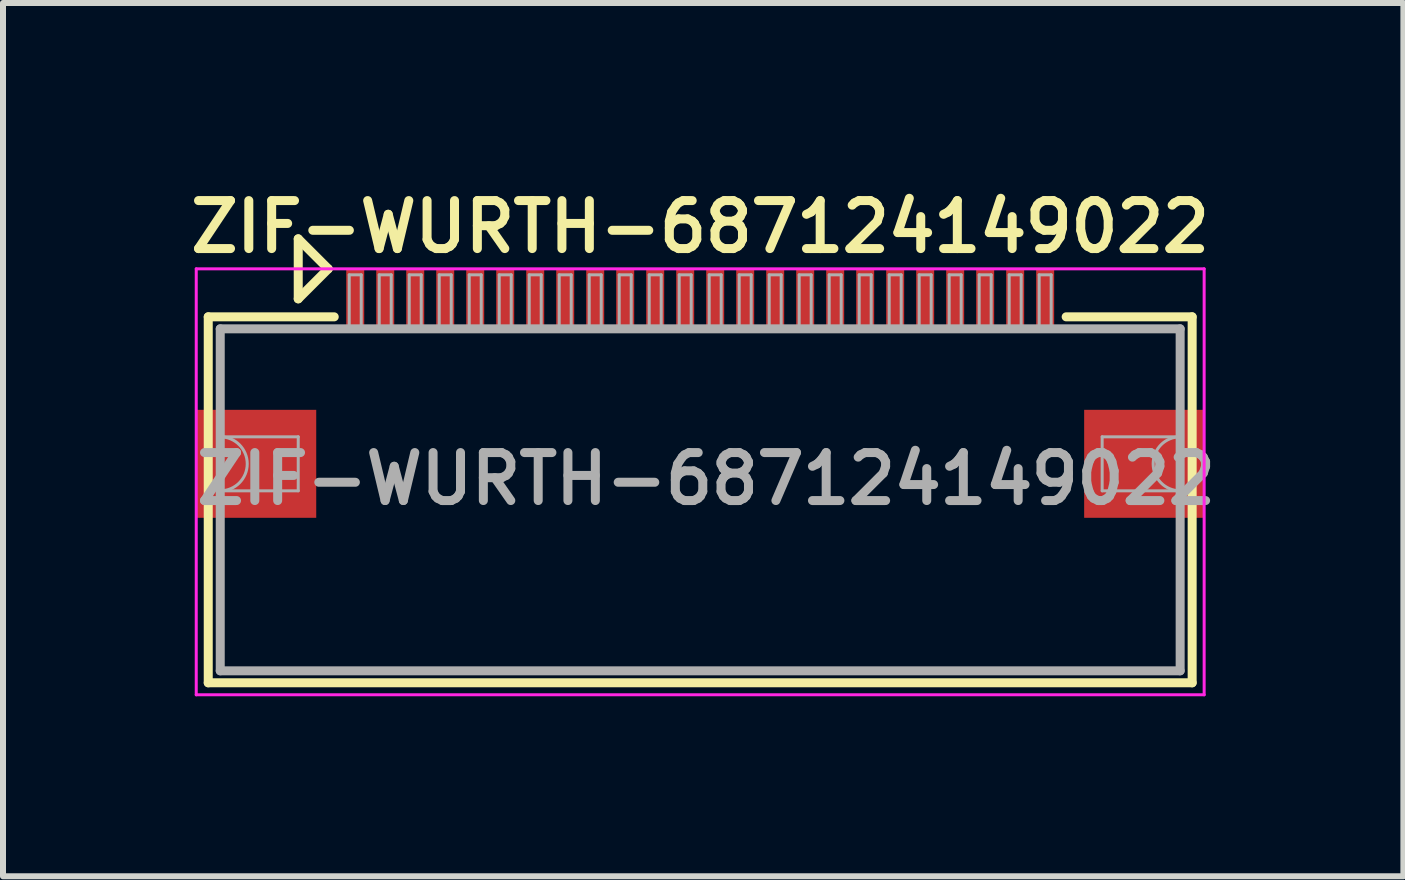
<source format=kicad_pcb>
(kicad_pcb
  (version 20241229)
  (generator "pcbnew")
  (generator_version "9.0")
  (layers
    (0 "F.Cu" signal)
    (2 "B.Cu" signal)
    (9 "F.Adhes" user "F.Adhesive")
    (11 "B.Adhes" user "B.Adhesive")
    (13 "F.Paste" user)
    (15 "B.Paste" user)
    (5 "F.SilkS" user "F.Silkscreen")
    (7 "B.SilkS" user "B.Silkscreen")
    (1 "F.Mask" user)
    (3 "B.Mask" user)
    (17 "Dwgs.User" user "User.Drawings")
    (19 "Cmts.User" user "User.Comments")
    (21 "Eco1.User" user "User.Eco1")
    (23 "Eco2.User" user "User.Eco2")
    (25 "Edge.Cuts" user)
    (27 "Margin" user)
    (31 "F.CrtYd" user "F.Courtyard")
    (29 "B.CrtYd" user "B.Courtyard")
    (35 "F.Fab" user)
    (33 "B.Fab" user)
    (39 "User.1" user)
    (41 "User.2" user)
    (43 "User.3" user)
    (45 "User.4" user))
  (footprint "ZIF-WURTH-687124149022"
    (layer "F.Cu")
    (at 8.621 4.931)
    (property "Reference" "ZIF-WURTH-687124149022" (at 0 -4.2 0) (layer "F.SilkS") (effects (font (size 0.8 0.8) (thickness 0.15))))
    (attr smd)
    (fp_line (start -8.2 -2.7) (end -8.2 3.4) (stroke (width 0.15) (type solid)) (layer "F.SilkS"))
    (fp_line (start -8.2 3.4) (end 8.2 3.4) (stroke (width 0.15) (type solid)) (layer "F.SilkS"))
    (fp_line (start -6.7 -4) (end -6.7 -3) (stroke (width 0.15) (type solid)) (layer "F.SilkS"))
    (fp_line (start -6.7 -3) (end -6.2 -3.5) (stroke (width 0.15) (type solid)) (layer "F.SilkS"))
    (fp_line (start -6.2 -3.5) (end -6.7 -4) (stroke (width 0.15) (type solid)) (layer "F.SilkS"))
    (fp_line (start -6.1 -2.7) (end -8.2 -2.7) (stroke (width 0.15) (type solid)) (layer "F.SilkS"))
    (fp_line (start 6.1 -2.7) (end 8.2 -2.7) (stroke (width 0.15) (type solid)) (layer "F.SilkS"))
    (fp_line (start 8.2 -2.7) (end 8.2 3.4) (stroke (width 0.15) (type solid)) (layer "F.SilkS"))
    (fp_line (start -8.4 -3.5) (end 8.4 -3.5) (stroke (width 0.05) (type solid)) (layer "F.CrtYd"))
    (fp_line (start -8.4 3.6) (end -8.4 -3.5) (stroke (width 0.05) (type solid)) (layer "F.CrtYd"))
    (fp_line (start 8.4 -3.5) (end 8.4 3.6) (stroke (width 0.05) (type solid)) (layer "F.CrtYd"))
    (fp_line (start 8.4 3.6) (end -8.4 3.6) (stroke (width 0.05) (type solid)) (layer "F.CrtYd"))
    (fp_line (start -8 -2.5) (end -8 3.2) (stroke (width 0.15) (type solid)) (layer "F.Fab"))
    (fp_line (start -8 3.2) (end 8 3.2) (stroke (width 0.15) (type solid)) (layer "F.Fab"))
    (fp_line (start -6.7 -0.7) (end -8 -0.7) (stroke (width 0.05) (type solid)) (layer "F.Fab"))
    (fp_line (start -6.7 0.2) (end -8 0.2) (stroke (width 0.05) (type solid)) (layer "F.Fab"))
    (fp_line (start -6.7 0.2) (end -6.7 -0.7) (stroke (width 0.05) (type solid)) (layer "F.Fab"))
    (fp_line (start -5.85 -3.4) (end -5.65 -3.4) (stroke (width 0.05) (type solid)) (layer "F.Fab"))
    (fp_line (start -5.85 -2.5) (end -5.85 -3.4) (stroke (width 0.05) (type solid)) (layer "F.Fab"))
    (fp_line (start -5.65 -3.4) (end -5.65 -2.5) (stroke (width 0.05) (type solid)) (layer "F.Fab"))
    (fp_line (start -5.35 -3.4) (end -5.15 -3.4) (stroke (width 0.05) (type solid)) (layer "F.Fab"))
    (fp_line (start -5.35 -2.5) (end -5.35 -3.4) (stroke (width 0.05) (type solid)) (layer "F.Fab"))
    (fp_line (start -5.15 -3.4) (end -5.15 -2.5) (stroke (width 0.05) (type solid)) (layer "F.Fab"))
    (fp_line (start -4.85 -3.4) (end -4.65 -3.4) (stroke (width 0.05) (type solid)) (layer "F.Fab"))
    (fp_line (start -4.85 -2.5) (end -4.85 -3.4) (stroke (width 0.05) (type solid)) (layer "F.Fab"))
    (fp_line (start -4.65 -3.4) (end -4.65 -2.5) (stroke (width 0.05) (type solid)) (layer "F.Fab"))
    (fp_line (start -4.35 -3.4) (end -4.15 -3.4) (stroke (width 0.05) (type solid)) (layer "F.Fab"))
    (fp_line (start -4.35 -2.5) (end -4.35 -3.4) (stroke (width 0.05) (type solid)) (layer "F.Fab"))
    (fp_line (start -4.15 -3.4) (end -4.15 -2.5) (stroke (width 0.05) (type solid)) (layer "F.Fab"))
    (fp_line (start -3.85 -3.4) (end -3.65 -3.4) (stroke (width 0.05) (type solid)) (layer "F.Fab"))
    (fp_line (start -3.85 -2.5) (end -3.85 -3.4) (stroke (width 0.05) (type solid)) (layer "F.Fab"))
    (fp_line (start -3.65 -3.4) (end -3.65 -2.5) (stroke (width 0.05) (type solid)) (layer "F.Fab"))
    (fp_line (start -3.35 -3.4) (end -3.15 -3.4) (stroke (width 0.05) (type solid)) (layer "F.Fab"))
    (fp_line (start -3.35 -2.5) (end -3.35 -3.4) (stroke (width 0.05) (type solid)) (layer "F.Fab"))
    (fp_line (start -3.15 -3.4) (end -3.15 -2.5) (stroke (width 0.05) (type solid)) (layer "F.Fab"))
    (fp_line (start -2.85 -3.4) (end -2.65 -3.4) (stroke (width 0.05) (type solid)) (layer "F.Fab"))
    (fp_line (start -2.85 -2.5) (end -2.85 -3.4) (stroke (width 0.05) (type solid)) (layer "F.Fab"))
    (fp_line (start -2.65 -3.4) (end -2.65 -2.5) (stroke (width 0.05) (type solid)) (layer "F.Fab"))
    (fp_line (start -2.35 -3.4) (end -2.15 -3.4) (stroke (width 0.05) (type solid)) (layer "F.Fab"))
    (fp_line (start -2.35 -2.5) (end -2.35 -3.4) (stroke (width 0.05) (type solid)) (layer "F.Fab"))
    (fp_line (start -2.15 -3.4) (end -2.15 -2.5) (stroke (width 0.05) (type solid)) (layer "F.Fab"))
    (fp_line (start -1.85 -3.4) (end -1.65 -3.4) (stroke (width 0.05) (type solid)) (layer "F.Fab"))
    (fp_line (start -1.85 -2.5) (end -1.85 -3.4) (stroke (width 0.05) (type solid)) (layer "F.Fab"))
    (fp_line (start -1.65 -3.4) (end -1.65 -2.5) (stroke (width 0.05) (type solid)) (layer "F.Fab"))
    (fp_line (start -1.35 -3.4) (end -1.15 -3.4) (stroke (width 0.05) (type solid)) (layer "F.Fab"))
    (fp_line (start -1.35 -2.5) (end -1.35 -3.4) (stroke (width 0.05) (type solid)) (layer "F.Fab"))
    (fp_line (start -1.15 -3.4) (end -1.15 -2.5) (stroke (width 0.05) (type solid)) (layer "F.Fab"))
    (fp_line (start -0.85 -3.4) (end -0.65 -3.4) (stroke (width 0.05) (type solid)) (layer "F.Fab"))
    (fp_line (start -0.85 -2.5) (end -0.85 -3.4) (stroke (width 0.05) (type solid)) (layer "F.Fab"))
    (fp_line (start -0.65 -3.4) (end -0.65 -2.5) (stroke (width 0.05) (type solid)) (layer "F.Fab"))
    (fp_line (start -0.35 -3.4) (end -0.15 -3.4) (stroke (width 0.05) (type solid)) (layer "F.Fab"))
    (fp_line (start -0.35 -2.5) (end -0.35 -3.4) (stroke (width 0.05) (type solid)) (layer "F.Fab"))
    (fp_line (start -0.15 -3.4) (end -0.15 -2.5) (stroke (width 0.05) (type solid)) (layer "F.Fab"))
    (fp_line (start 0.15 -3.4) (end 0.35 -3.4) (stroke (width 0.05) (type solid)) (layer "F.Fab"))
    (fp_line (start 0.15 -2.5) (end 0.15 -3.4) (stroke (width 0.05) (type solid)) (layer "F.Fab"))
    (fp_line (start 0.35 -3.4) (end 0.35 -2.5) (stroke (width 0.05) (type solid)) (layer "F.Fab"))
    (fp_line (start 0.65 -3.4) (end 0.85 -3.4) (stroke (width 0.05) (type solid)) (layer "F.Fab"))
    (fp_line (start 0.65 -2.5) (end 0.65 -3.4) (stroke (width 0.05) (type solid)) (layer "F.Fab"))
    (fp_line (start 0.85 -3.4) (end 0.85 -2.5) (stroke (width 0.05) (type solid)) (layer "F.Fab"))
    (fp_line (start 1.15 -3.4) (end 1.35 -3.4) (stroke (width 0.05) (type solid)) (layer "F.Fab"))
    (fp_line (start 1.15 -2.5) (end 1.15 -3.4) (stroke (width 0.05) (type solid)) (layer "F.Fab"))
    (fp_line (start 1.35 -3.4) (end 1.35 -2.5) (stroke (width 0.05) (type solid)) (layer "F.Fab"))
    (fp_line (start 1.65 -3.4) (end 1.85 -3.4) (stroke (width 0.05) (type solid)) (layer "F.Fab"))
    (fp_line (start 1.65 -2.5) (end 1.65 -3.4) (stroke (width 0.05) (type solid)) (layer "F.Fab"))
    (fp_line (start 1.85 -3.4) (end 1.85 -2.5) (stroke (width 0.05) (type solid)) (layer "F.Fab"))
    (fp_line (start 2.15 -3.4) (end 2.35 -3.4) (stroke (width 0.05) (type solid)) (layer "F.Fab"))
    (fp_line (start 2.15 -2.5) (end 2.15 -3.4) (stroke (width 0.05) (type solid)) (layer "F.Fab"))
    (fp_line (start 2.35 -3.4) (end 2.35 -2.5) (stroke (width 0.05) (type solid)) (layer "F.Fab"))
    (fp_line (start 2.65 -3.4) (end 2.85 -3.4) (stroke (width 0.05) (type solid)) (layer "F.Fab"))
    (fp_line (start 2.65 -2.5) (end 2.65 -3.4) (stroke (width 0.05) (type solid)) (layer "F.Fab"))
    (fp_line (start 2.85 -3.4) (end 2.85 -2.5) (stroke (width 0.05) (type solid)) (layer "F.Fab"))
    (fp_line (start 3.15 -3.4) (end 3.35 -3.4) (stroke (width 0.05) (type solid)) (layer "F.Fab"))
    (fp_line (start 3.15 -2.5) (end 3.15 -3.4) (stroke (width 0.05) (type solid)) (layer "F.Fab"))
    (fp_line (start 3.35 -3.4) (end 3.35 -2.5) (stroke (width 0.05) (type solid)) (layer "F.Fab"))
    (fp_line (start 3.65 -3.4) (end 3.85 -3.4) (stroke (width 0.05) (type solid)) (layer "F.Fab"))
    (fp_line (start 3.65 -2.5) (end 3.65 -3.4) (stroke (width 0.05) (type solid)) (layer "F.Fab"))
    (fp_line (start 3.85 -3.4) (end 3.85 -2.5) (stroke (width 0.05) (type solid)) (layer "F.Fab"))
    (fp_line (start 4.15 -3.4) (end 4.35 -3.4) (stroke (width 0.05) (type solid)) (layer "F.Fab"))
    (fp_line (start 4.15 -2.5) (end 4.15 -3.4) (stroke (width 0.05) (type solid)) (layer "F.Fab"))
    (fp_line (start 4.35 -3.4) (end 4.35 -2.5) (stroke (width 0.05) (type solid)) (layer "F.Fab"))
    (fp_line (start 4.65 -3.4) (end 4.85 -3.4) (stroke (width 0.05) (type solid)) (layer "F.Fab"))
    (fp_line (start 4.65 -2.5) (end 4.65 -3.4) (stroke (width 0.05) (type solid)) (layer "F.Fab"))
    (fp_line (start 4.85 -3.4) (end 4.85 -2.5) (stroke (width 0.05) (type solid)) (layer "F.Fab"))
    (fp_line (start 5.15 -3.4) (end 5.35 -3.4) (stroke (width 0.05) (type solid)) (layer "F.Fab"))
    (fp_line (start 5.15 -2.5) (end 5.15 -3.4) (stroke (width 0.05) (type solid)) (layer "F.Fab"))
    (fp_line (start 5.35 -3.4) (end 5.35 -2.5) (stroke (width 0.05) (type solid)) (layer "F.Fab"))
    (fp_line (start 5.65 -3.4) (end 5.85 -3.4) (stroke (width 0.05) (type solid)) (layer "F.Fab"))
    (fp_line (start 5.65 -2.5) (end 5.65 -3.4) (stroke (width 0.05) (type solid)) (layer "F.Fab"))
    (fp_line (start 5.85 -3.4) (end 5.85 -2.5) (stroke (width 0.05) (type solid)) (layer "F.Fab"))
    (fp_line (start 6.7 -0.7) (end 6.7 0.2) (stroke (width 0.05) (type solid)) (layer "F.Fab"))
    (fp_line (start 6.7 -0.7) (end 8 -0.7) (stroke (width 0.05) (type solid)) (layer "F.Fab"))
    (fp_line (start 6.7 0.2) (end 8 0.2) (stroke (width 0.05) (type solid)) (layer "F.Fab"))
    (fp_line (start 8 -2.5) (end -8 -2.5) (stroke (width 0.15) (type solid)) (layer "F.Fab"))
    (fp_line (start 8 3.2) (end 8 -2.5) (stroke (width 0.15) (type solid)) (layer "F.Fab"))
    (fp_arc (start -8 -0.7) (mid -7.55 -0.25) (end -8 0.2) (stroke (width 0.05) (type solid)) (layer "F.Fab"))
    (fp_arc (start 8 0.2) (mid 7.55 -0.25) (end 8 -0.7) (stroke (width 0.05) (type solid)) (layer "F.Fab"))
    (fp_text user "${REFERENCE}" (at 0.1 0 0) (layer "F.Fab") (effects (font (size 0.8 0.8) (thickness 0.15))))
    (pad "" smd rect (at -7.4 -0.25) (size 2 1.8) (layers "F.Cu" "F.Mask" "F.Paste"))
    (pad "" smd rect (at 7.4 -0.25) (size 2 1.8) (layers "F.Cu" "F.Mask" "F.Paste"))
    (pad "1" connect rect (at -5.75 -3) (size 0.3 1) (layers "F.Cu" "F.Mask"))
    (pad "2" connect rect (at -5.25 -3) (size 0.3 1) (layers "F.Cu" "F.Mask"))
    (pad "3" connect rect (at -4.75 -3) (size 0.3 1) (layers "F.Cu" "F.Mask"))
    (pad "4" connect rect (at -4.25 -3) (size 0.3 1) (layers "F.Cu" "F.Mask"))
    (pad "5" connect rect (at -3.75 -3) (size 0.3 1) (layers "F.Cu" "F.Mask"))
    (pad "6" connect rect (at -3.25 -3) (size 0.3 1) (layers "F.Cu" "F.Mask"))
    (pad "7" connect rect (at -2.75 -3) (size 0.3 1) (layers "F.Cu" "F.Mask"))
    (pad "8" connect rect (at -2.25 -3) (size 0.3 1) (layers "F.Cu" "F.Mask"))
    (pad "9" connect rect (at -1.75 -3) (size 0.3 1) (layers "F.Cu" "F.Mask"))
    (pad "10" connect rect (at -1.25 -3) (size 0.3 1) (layers "F.Cu" "F.Mask"))
    (pad "11" connect rect (at -0.75 -3) (size 0.3 1) (layers "F.Cu" "F.Mask"))
    (pad "12" connect rect (at -0.25 -3) (size 0.3 1) (layers "F.Cu" "F.Mask"))
    (pad "13" connect rect (at 0.25 -3) (size 0.3 1) (layers "F.Cu" "F.Mask"))
    (pad "14" connect rect (at 0.75 -3) (size 0.3 1) (layers "F.Cu" "F.Mask"))
    (pad "15" connect rect (at 1.25 -3) (size 0.3 1) (layers "F.Cu" "F.Mask"))
    (pad "16" connect rect (at 1.75 -3) (size 0.3 1) (layers "F.Cu" "F.Mask"))
    (pad "17" connect rect (at 2.25 -3) (size 0.3 1) (layers "F.Cu" "F.Mask"))
    (pad "18" connect rect (at 2.75 -3) (size 0.3 1) (layers "F.Cu" "F.Mask"))
    (pad "19" connect rect (at 3.25 -3) (size 0.3 1) (layers "F.Cu" "F.Mask"))
    (pad "20" connect rect (at 3.75 -3) (size 0.3 1) (layers "F.Cu" "F.Mask"))
    (pad "21" connect rect (at 4.25 -3) (size 0.3 1) (layers "F.Cu" "F.Mask"))
    (pad "22" connect rect (at 4.75 -3) (size 0.3 1) (layers "F.Cu" "F.Mask"))
    (pad "23" connect rect (at 5.25 -3) (size 0.3 1) (layers "F.Cu" "F.Mask"))
    (pad "24" connect rect (at 5.75 -3) (size 0.3 1) (layers "F.Cu" "F.Mask")))
  (gr_rect
    (start -3 -3)
    (end 20.342 11.556)
    (stroke (width 0.1) (type default))
    (fill no)
    (layer "Edge.Cuts")))
</source>
